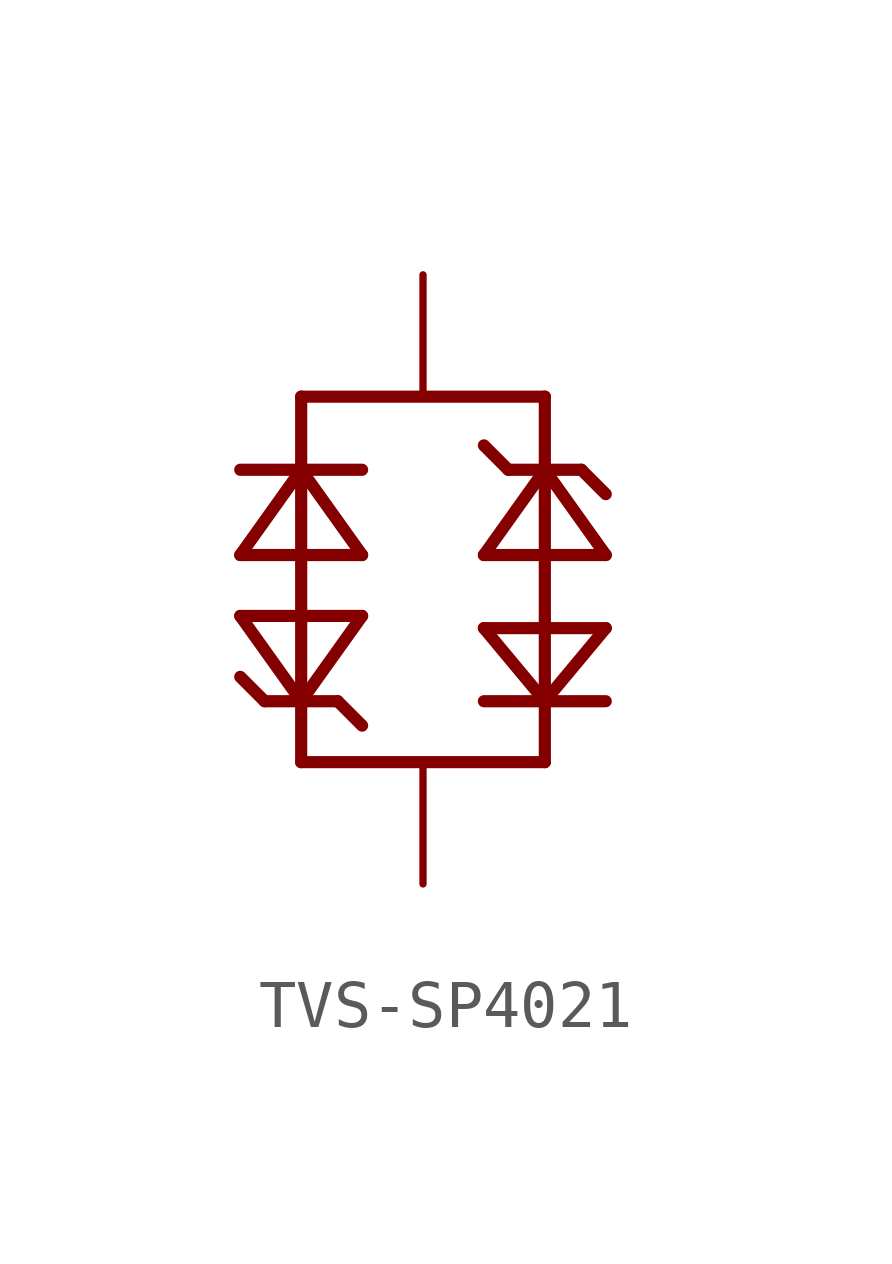
<source format=kicad_sym>
(kicad_symbol_lib
  (version 20231120)
  (generator "kicad_symbol_editor")
  (generator_version "8.0")
  (symbol "TVS-SP4021"
    (property "Reference" ""
      (at 4.572 4.826 0)
      (effects (font (size 1.016 0.864)) (justify left bottom) (hide yes)))
    (property "Value" ""
      (at 4.572 2.286 0)
      (effects (font (size 1.016 0.864)) (justify left bottom)))
    (property "ki_locked" ""
      (at 0 0 0)
      (effects (font (size 1.27 1.27))))
    (symbol "TVS-SP4021_1_0"
      (polyline (pts (xy -3.81 3.048) (xy -1.27 3.048)) (stroke (width 0.254) (type solid)) (fill (type none)))
      (polyline (pts (xy -3.81 4.318) (xy -2.54 6.096)) (stroke (width 0.254) (type solid)) (fill (type none)))
      (polyline (pts (xy -3.81 6.096) (xy -2.54 6.096)) (stroke (width 0.254) (type solid)) (fill (type none)))
      (polyline (pts (xy -3.302 1.27) (xy -3.81 1.778)) (stroke (width 0.254) (type solid)) (fill (type none)))
      (polyline (pts (xy -2.54 0) (xy 2.54 0)) (stroke (width 0.254) (type solid)) (fill (type none)))
      (polyline (pts (xy -2.54 1.27) (xy -3.81 3.048)) (stroke (width 0.254) (type solid)) (fill (type none)))
      (polyline (pts (xy -2.54 1.27) (xy -3.302 1.27)) (stroke (width 0.254) (type solid)) (fill (type none)))
      (polyline (pts (xy -2.54 1.27) (xy -2.54 0)) (stroke (width 0.254) (type solid)) (fill (type none)))
      (polyline (pts (xy -2.54 6.096) (xy -2.54 1.27)) (stroke (width 0.254) (type solid)) (fill (type none)))
      (polyline (pts (xy -2.54 6.096) (xy -1.27 4.318)) (stroke (width 0.254) (type solid)) (fill (type none)))
      (polyline (pts (xy -2.54 6.096) (xy -1.27 6.096)) (stroke (width 0.254) (type solid)) (fill (type none)))
      (polyline (pts (xy -2.54 7.62) (xy -2.54 6.096)) (stroke (width 0.254) (type solid)) (fill (type none)))
      (polyline (pts (xy -1.778 1.27) (xy -2.54 1.27)) (stroke (width 0.254) (type solid)) (fill (type none)))
      (polyline (pts (xy -1.27 0.762) (xy -1.778 1.27)) (stroke (width 0.254) (type solid)) (fill (type none)))
      (polyline (pts (xy -1.27 3.048) (xy -2.54 1.27)) (stroke (width 0.254) (type solid)) (fill (type none)))
      (polyline (pts (xy -1.27 4.318) (xy -3.81 4.318)) (stroke (width 0.254) (type solid)) (fill (type none)))
      (polyline (pts (xy 1.27 1.27) (xy 2.54 1.27)) (stroke (width 0.254) (type solid)) (fill (type none)))
      (polyline (pts (xy 1.27 2.794) (xy 3.81 2.794)) (stroke (width 0.254) (type solid)) (fill (type none)))
      (polyline (pts (xy 1.27 4.318) (xy 2.54 6.096)) (stroke (width 0.254) (type solid)) (fill (type none)))
      (polyline (pts (xy 1.27 6.604) (xy 1.778 6.096)) (stroke (width 0.254) (type solid)) (fill (type none)))
      (polyline (pts (xy 1.778 6.096) (xy 2.54 6.096)) (stroke (width 0.254) (type solid)) (fill (type none)))
      (polyline (pts (xy 2.54 0) (xy 2.54 1.27)) (stroke (width 0.254) (type solid)) (fill (type none)))
      (polyline (pts (xy 2.54 1.27) (xy 1.27 2.794)) (stroke (width 0.254) (type solid)) (fill (type none)))
      (polyline (pts (xy 2.54 1.27) (xy 2.54 6.096)) (stroke (width 0.254) (type solid)) (fill (type none)))
      (polyline (pts (xy 2.54 1.27) (xy 3.81 1.27)) (stroke (width 0.254) (type solid)) (fill (type none)))
      (polyline (pts (xy 2.54 6.096) (xy 2.54 7.62)) (stroke (width 0.254) (type solid)) (fill (type none)))
      (polyline (pts (xy 2.54 6.096) (xy 3.302 6.096)) (stroke (width 0.254) (type solid)) (fill (type none)))
      (polyline (pts (xy 2.54 6.096) (xy 3.81 4.318)) (stroke (width 0.254) (type solid)) (fill (type none)))
      (polyline (pts (xy 2.54 7.62) (xy -2.54 7.62)) (stroke (width 0.254) (type solid)) (fill (type none)))
      (polyline (pts (xy 3.302 6.096) (xy 3.81 5.588)) (stroke (width 0.254) (type solid)) (fill (type none)))
      (polyline (pts (xy 3.81 2.794) (xy 2.54 1.27)) (stroke (width 0.254) (type solid)) (fill (type none)))
      (polyline (pts (xy 3.81 4.318) (xy 1.27 4.318)) (stroke (width 0.254) (type solid)) (fill (type none)))
      (pin bidirectional line (at 0 -2.54 90) (length 2.54) (name "P$1" (effects (font (size 0 0)))) (number "1" (effects (font (size 0 0)))))
      (pin bidirectional line (at 0 10.16 270) (length 2.54) (name "P$2" (effects (font (size 0 0)))) (number "2" (effects (font (size 0 0))))))))
</source>
